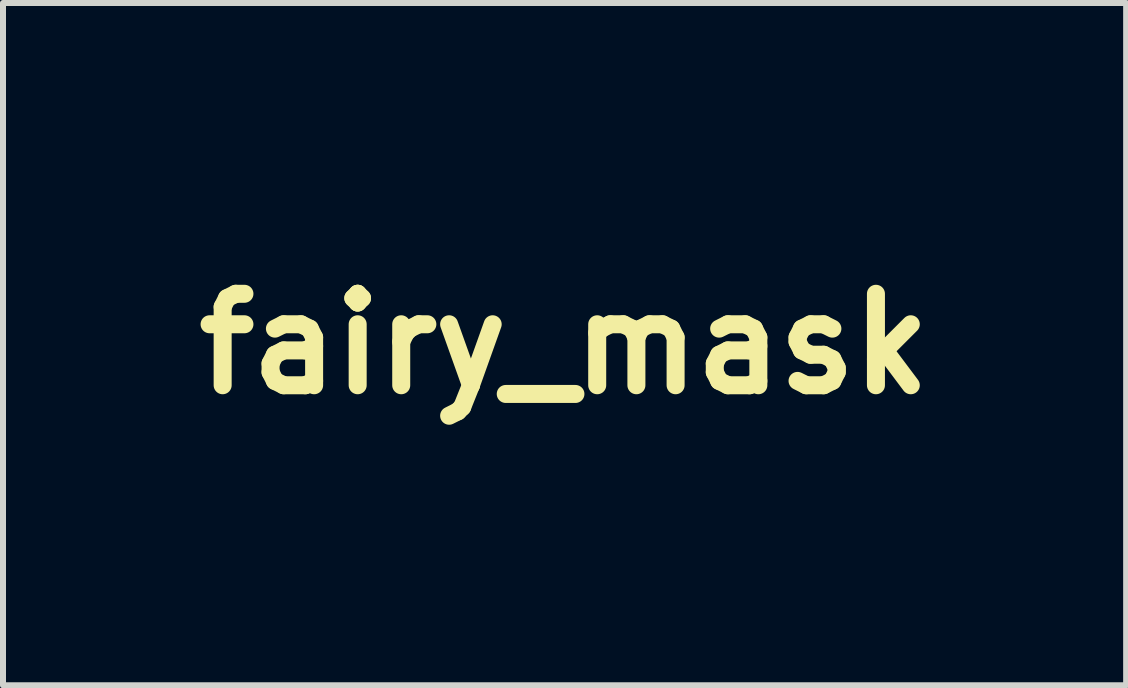
<source format=kicad_pcb>
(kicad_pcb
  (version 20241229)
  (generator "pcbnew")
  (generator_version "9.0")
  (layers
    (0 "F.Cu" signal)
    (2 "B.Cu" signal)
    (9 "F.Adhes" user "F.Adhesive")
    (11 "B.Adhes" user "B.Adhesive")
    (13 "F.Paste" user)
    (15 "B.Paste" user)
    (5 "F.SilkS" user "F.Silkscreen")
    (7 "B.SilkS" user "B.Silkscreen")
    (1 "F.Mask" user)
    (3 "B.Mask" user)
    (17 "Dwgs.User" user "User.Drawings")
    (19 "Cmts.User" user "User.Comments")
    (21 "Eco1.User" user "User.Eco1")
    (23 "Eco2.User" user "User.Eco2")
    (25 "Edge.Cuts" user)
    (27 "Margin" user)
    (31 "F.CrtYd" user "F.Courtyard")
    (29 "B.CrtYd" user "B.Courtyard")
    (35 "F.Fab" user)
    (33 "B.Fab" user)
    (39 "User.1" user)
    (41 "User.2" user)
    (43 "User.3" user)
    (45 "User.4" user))
  (footprint "fairy_mask"
    (layer "F.Cu")
    (at 3.817 2.68)
    (property "Reference" "fairy_mask" (at 2.54 0 0) (layer "F.SilkS") (effects (font (size 1.524 1.524) (thickness 0.3))))
    (attr through_hole)
    (fp_poly (pts (xy 1.475 -1.889) (xy 1.466 -1.871) (xy 1.461 -1.859) (xy 1.442 -1.825) (xy 1.412 -1.791) (xy 1.377 -1.761) (xy 1.341 -1.739) (xy 1.328 -1.734) (xy 1.308 -1.727) (xy 1.296 -1.719) (xy 1.295 -1.718) (xy 1.303 -1.711) (xy 1.321 -1.7) (xy 1.338 -1.692) (xy 1.377 -1.669) (xy 1.413 -1.637) (xy 1.442 -1.599) (xy 1.457 -1.568) (xy 1.468 -1.539) (xy 1.477 -1.528) (xy 1.485 -1.533) (xy 1.487 -1.537) (xy 1.51 -1.592) (xy 1.538 -1.633) (xy 1.577 -1.665) (xy 1.626 -1.691) (xy 1.672 -1.712) (xy 1.621 -1.735) (xy 1.568 -1.768) (xy 1.527 -1.812) (xy 1.502 -1.86) (xy 1.492 -1.882) (xy 1.484 -1.895) (xy 1.482 -1.897) (xy 1.475 -1.889)) (stroke (width 0.01) (type solid)) (fill yes) (layer "F.Mask"))
    (fp_poly (pts (xy 4.765 -2.673) (xy 4.743 -2.659) (xy 4.716 -2.635) (xy 4.683 -2.603) (xy 4.647 -2.562) (xy 4.639 -2.551) (xy 4.559 -2.446) (xy 4.481 -2.325) (xy 4.405 -2.191) (xy 4.332 -2.046) (xy 4.264 -1.891) (xy 4.201 -1.729) (xy 4.174 -1.654) (xy 4.144 -1.563) (xy 4.116 -1.474) (xy 4.09 -1.384) (xy 4.064 -1.288) (xy 4.038 -1.184) (xy 4.011 -1.069) (xy 3.991 -0.982) (xy 3.943 -0.775) (xy 3.896 -0.583) (xy 3.849 -0.408) (xy 3.802 -0.248) (xy 3.754 -0.103) (xy 3.707 0.027) (xy 3.658 0.144) (xy 3.61 0.247) (xy 3.56 0.337) (xy 3.509 0.415) (xy 3.469 0.467) (xy 3.444 0.495) (xy 3.428 0.51) (xy 3.419 0.511) (xy 3.42 0.5) (xy 3.426 0.484) (xy 3.49 0.325) (xy 3.541 0.165) (xy 3.578 0.005) (xy 3.601 -0.152) (xy 3.611 -0.306) (xy 3.607 -0.455) (xy 3.589 -0.597) (xy 3.557 -0.733) (xy 3.548 -0.762) (xy 3.53 -0.809) (xy 3.506 -0.864) (xy 3.501 -0.873) (xy 2.529 -0.873) (xy 2.528 -0.831) (xy 2.518 -0.789) (xy 2.499 -0.743) (xy 2.469 -0.692) (xy 2.428 -0.632) (xy 2.418 -0.619) (xy 2.368 -0.548) (xy 2.329 -0.484) (xy 2.299 -0.426) (xy 2.278 -0.37) (xy 2.264 -0.313) (xy 2.256 -0.251) (xy 2.254 -0.216) (xy 2.253 -0.181) (xy 2.254 -0.146) (xy 2.256 -0.109) (xy 2.259 -0.068) (xy 2.265 -0.021) (xy 2.274 0.034) (xy 2.285 0.098) (xy 2.299 0.174) (xy 2.316 0.263) (xy 2.328 0.322) (xy 2.347 0.419) (xy 2.363 0.501) (xy 2.376 0.573) (xy 2.386 0.635) (xy 2.394 0.692) (xy 2.4 0.744) (xy 2.404 0.796) (xy 2.407 0.848) (xy 2.408 0.905) (xy 2.409 0.968) (xy 2.409 1.016) (xy 2.408 1.093) (xy 2.408 1.156) (xy 2.406 1.207) (xy 2.403 1.25) (xy 2.4 1.287) (xy 2.395 1.321) (xy 2.394 1.329) (xy 2.36 1.49) (xy 2.313 1.65) (xy 2.256 1.804) (xy 2.245 1.832) (xy 2.227 1.873) (xy 2.194 1.847) (xy 2.174 1.829) (xy 2.146 1.803) (xy 2.117 1.774) (xy 2.105 1.761) (xy 1.994 1.633) (xy 1.899 1.5) (xy 1.82 1.363) (xy 1.814 1.35) (xy 1.792 1.302) (xy 1.77 1.25) (xy 1.75 1.197) (xy 1.734 1.147) (xy 1.722 1.104) (xy 1.716 1.072) (xy 1.716 1.068) (xy 1.714 1.039) (xy 1.803 1.004) (xy 1.898 0.963) (xy 1.978 0.924) (xy 2.043 0.885) (xy 2.095 0.844) (xy 2.135 0.802) (xy 2.165 0.757) (xy 2.166 0.756) (xy 2.194 0.695) (xy 2.213 0.632) (xy 2.225 0.564) (xy 2.229 0.486) (xy 2.229 0.457) (xy 2.228 0.405) (xy 2.225 0.359) (xy 2.221 0.321) (xy 2.217 0.301) (xy 2.206 0.258) (xy 2.087 0.253) (xy 2.019 0.25) (xy 1.966 0.246) (xy 1.924 0.24) (xy 1.892 0.232) (xy 1.868 0.222) (xy 1.847 0.208) (xy 1.829 0.19) (xy 1.824 0.184) (xy 1.793 0.137) (xy 1.767 0.076) (xy 1.746 0.001) (xy 1.731 -0.084) (xy 1.723 -0.179) (xy 1.722 -0.188) (xy 1.719 -0.24) (xy 1.714 -0.28) (xy 1.707 -0.315) (xy 1.696 -0.351) (xy 1.691 -0.366) (xy 1.68 -0.401) (xy 1.674 -0.428) (xy 1.675 -0.449) (xy 1.685 -0.468) (xy 1.704 -0.489) (xy 1.735 -0.514) (xy 1.759 -0.532) (xy 1.816 -0.579) (xy 1.859 -0.623) (xy 1.891 -0.668) (xy 1.912 -0.717) (xy 1.926 -0.773) (xy 1.931 -0.805) (xy 1.95 -0.907) (xy 1.977 -0.995) (xy 2.013 -1.069) (xy 2.059 -1.13) (xy 2.113 -1.176) (xy 2.152 -1.198) (xy 2.191 -1.214) (xy 2.22 -1.219) (xy 2.243 -1.213) (xy 2.261 -1.195) (xy 2.271 -1.181) (xy 2.281 -1.165) (xy 2.293 -1.151) (xy 2.309 -1.137) (xy 2.33 -1.122) (xy 2.361 -1.103) (xy 2.404 -1.078) (xy 2.413 -1.072) (xy 2.461 -1.035) (xy 2.498 -0.986) (xy 2.521 -0.929) (xy 2.523 -0.917) (xy 2.529 -0.873) (xy 3.501 -0.873) (xy 3.477 -0.923) (xy 3.446 -0.98) (xy 3.416 -1.032) (xy 3.389 -1.074) (xy 3.385 -1.079) (xy 3.293 -1.19) (xy 3.194 -1.285) (xy 3.089 -1.365) (xy 2.976 -1.431) (xy 2.854 -1.482) (xy 2.765 -1.51) (xy 2.739 -1.516) (xy 2.714 -1.521) (xy 2.687 -1.524) (xy 2.655 -1.526) (xy 2.613 -1.527) (xy 2.56 -1.528) (xy 2.523 -1.528) (xy 2.464 -1.527) (xy 2.418 -1.527) (xy 2.381 -1.525) (xy 2.352 -1.523) (xy 2.325 -1.519) (xy 2.298 -1.513) (xy 2.266 -1.505) (xy 2.252 -1.501) (xy 2.137 -1.466) (xy 2.029 -1.422) (xy 1.929 -1.37) (xy 1.839 -1.313) (xy 1.76 -1.251) (xy 1.695 -1.184) (xy 1.643 -1.115) (xy 1.625 -1.083) (xy 1.607 -1.038) (xy 1.593 -0.982) (xy 1.587 -0.946) (xy 1.576 -0.88) (xy 1.566 -0.827) (xy 1.554 -0.783) (xy 1.538 -0.745) (xy 1.518 -0.709) (xy 1.492 -0.67) (xy 1.458 -0.626) (xy 1.451 -0.617) (xy 1.406 -0.556) (xy 1.372 -0.496) (xy 1.347 -0.434) (xy 1.33 -0.366) (xy 1.319 -0.289) (xy 1.315 -0.229) (xy 1.316 -0.12) (xy 1.329 -0.004) (xy 1.352 0.115) (xy 1.384 0.233) (xy 1.425 0.344) (xy 1.473 0.446) (xy 1.474 0.448) (xy 1.486 0.472) (xy 1.494 0.49) (xy 1.496 0.497) (xy 1.488 0.493) (xy 1.473 0.479) (xy 1.451 0.457) (xy 1.426 0.429) (xy 1.399 0.4) (xy 1.374 0.37) (xy 1.352 0.343) (xy 1.337 0.322) (xy 1.336 0.32) (xy 1.279 0.224) (xy 1.228 0.118) (xy 1.184 0.001) (xy 1.145 -0.129) (xy 1.112 -0.273) (xy 1.084 -0.432) (xy 1.08 -0.46) (xy 1.076 -0.492) (xy 1.07 -0.538) (xy 1.064 -0.594) (xy 1.057 -0.659) (xy 1.05 -0.728) (xy 1.043 -0.799) (xy 1.041 -0.824) (xy 1.027 -0.97) (xy 1.013 -1.102) (xy 0.999 -1.222) (xy 0.984 -1.333) (xy 0.981 -1.35) (xy 0.821 -1.35) (xy 0.816 -1.339) (xy 0.812 -1.338) (xy 0.8 -1.334) (xy 0.778 -1.325) (xy 0.75 -1.312) (xy 0.748 -1.311) (xy 0.69 -1.275) (xy 0.644 -1.228) (xy 0.608 -1.17) (xy 0.59 -1.124) (xy 0.583 -1.112) (xy 0.576 -1.112) (xy 0.566 -1.126) (xy 0.552 -1.154) (xy 0.546 -1.166) (xy 0.513 -1.226) (xy 0.469 -1.276) (xy 0.417 -1.314) (xy 0.381 -1.33) (xy 0.353 -1.342) (xy 0.339 -1.352) (xy 0.342 -1.361) (xy 0.36 -1.372) (xy 0.391 -1.384) (xy 0.431 -1.405) (xy 0.472 -1.436) (xy 0.51 -1.474) (xy 0.54 -1.515) (xy 0.555 -1.545) (xy 0.565 -1.57) (xy 0.573 -1.589) (xy 0.576 -1.595) (xy 0.583 -1.591) (xy 0.593 -1.575) (xy 0.607 -1.55) (xy 0.612 -1.54) (xy 0.631 -1.504) (xy 0.654 -1.469) (xy 0.676 -1.442) (xy 0.677 -1.441) (xy 0.702 -1.419) (xy 0.733 -1.398) (xy 0.765 -1.379) (xy 0.793 -1.367) (xy 0.811 -1.363) (xy 0.82 -1.356) (xy 0.821 -1.35) (xy 0.981 -1.35) (xy 0.968 -1.437) (xy 0.95 -1.537) (xy 0.931 -1.635) (xy 0.909 -1.734) (xy 0.885 -1.836) (xy 0.879 -1.858) (xy 0.846 -1.983) (xy 0.809 -2.105) (xy 0.769 -2.222) (xy 0.727 -2.332) (xy 0.684 -2.432) (xy 0.641 -2.52) (xy 0.598 -2.595) (xy 0.584 -2.617) (xy 0.564 -2.646) (xy 0.549 -2.665) (xy 0.537 -2.673) (xy 0.527 -2.669) (xy 0.518 -2.652) (xy 0.506 -2.621) (xy 0.492 -2.575) (xy 0.488 -2.564) (xy 0.397 -2.262) (xy 0.317 -1.973) (xy 0.247 -1.698) (xy 0.189 -1.434) (xy 0.141 -1.184) (xy 0.104 -0.946) (xy 0.079 -0.721) (xy 0.064 -0.508) (xy 0.059 -0.329) (xy 0.065 -0.142) (xy 0.081 0.032) (xy 0.107 0.192) (xy 0.144 0.34) (xy 0.192 0.475) (xy 0.251 0.597) (xy 0.321 0.706) (xy 0.401 0.803) (xy 0.493 0.887) (xy 0.595 0.958) (xy 0.679 1.003) (xy 0.737 1.028) (xy 0.803 1.051) (xy 0.872 1.072) (xy 0.941 1.09) (xy 1.006 1.102) (xy 1.06 1.109) (xy 1.078 1.109) (xy 1.091 1.11) (xy 1.094 1.113) (xy 1.085 1.12) (xy 1.063 1.132) (xy 1.054 1.137) (xy 0.966 1.192) (xy 0.892 1.255) (xy 0.832 1.325) (xy 0.786 1.405) (xy 0.759 1.473) (xy 0.732 1.577) (xy 0.723 1.678) (xy 0.729 1.776) (xy 0.752 1.87) (xy 0.791 1.959) (xy 0.845 2.043) (xy 0.894 2.099) (xy 0.924 2.129) (xy 0.945 2.149) (xy 0.959 2.161) (xy 0.971 2.165) (xy 0.982 2.165) (xy 0.987 2.164) (xy 1.013 2.151) (xy 1.046 2.123) (xy 1.084 2.082) (xy 1.129 2.027) (xy 1.178 1.96) (xy 1.232 1.882) (xy 1.289 1.792) (xy 1.351 1.692) (xy 1.415 1.583) (xy 1.417 1.579) (xy 1.434 1.55) (xy 1.447 1.529) (xy 1.455 1.518) (xy 1.456 1.517) (xy 1.455 1.527) (xy 1.452 1.551) (xy 1.448 1.586) (xy 1.443 1.628) (xy 1.439 1.657) (xy 1.422 1.773) (xy 1.404 1.878) (xy 1.382 1.975) (xy 1.355 2.07) (xy 1.333 2.141) (xy 1.318 2.186) (xy 1.306 2.227) (xy 1.297 2.259) (xy 1.292 2.281) (xy 1.292 2.288) (xy 1.304 2.292) (xy 1.332 2.294) (xy 1.376 2.293) (xy 1.405 2.292) (xy 1.519 2.28) (xy 1.641 2.252) (xy 1.771 2.21) (xy 1.908 2.152) (xy 2.053 2.08) (xy 2.115 2.046) (xy 2.14 2.032) (xy 2.159 2.024) (xy 2.167 2.022) (xy 2.167 2.023) (xy 2.163 2.035) (xy 2.148 2.06) (xy 2.124 2.099) (xy 2.091 2.152) (xy 2.048 2.218) (xy 1.997 2.297) (xy 1.939 2.383) (xy 1.888 2.461) (xy 1.846 2.526) (xy 1.812 2.579) (xy 1.787 2.62) (xy 1.77 2.65) (xy 1.76 2.67) (xy 1.758 2.681) (xy 1.76 2.684) (xy 1.771 2.68) (xy 1.793 2.67) (xy 1.822 2.657) (xy 1.831 2.651) (xy 1.901 2.61) (xy 1.977 2.555) (xy 2.056 2.489) (xy 2.136 2.413) (xy 2.215 2.33) (xy 2.292 2.243) (xy 2.363 2.151) (xy 2.39 2.115) (xy 2.442 2.041) (xy 2.498 2.095) (xy 2.572 2.156) (xy 2.659 2.215) (xy 2.757 2.27) (xy 2.863 2.319) (xy 2.974 2.362) (xy 3.087 2.397) (xy 3.172 2.417) (xy 3.217 2.425) (xy 3.248 2.428) (xy 3.269 2.425) (xy 3.283 2.417) (xy 3.291 2.404) (xy 3.296 2.389) (xy 3.303 2.36) (xy 3.311 2.321) (xy 3.32 2.273) (xy 3.33 2.221) (xy 3.332 2.21) (xy 3.342 2.15) (xy 3.354 2.088) (xy 3.366 2.029) (xy 3.378 1.977) (xy 3.386 1.94) (xy 3.399 1.893) (xy 3.414 1.841) (xy 3.431 1.787) (xy 3.448 1.735) (xy 3.465 1.688) (xy 3.479 1.65) (xy 3.49 1.623) (xy 3.493 1.618) (xy 3.506 1.596) (xy 3.501 1.621) (xy 3.484 1.75) (xy 3.48 1.877) (xy 3.488 2) (xy 3.508 2.116) (xy 3.54 2.224) (xy 3.58 2.315) (xy 3.602 2.353) (xy 3.627 2.388) (xy 3.652 2.418) (xy 3.675 2.438) (xy 3.693 2.447) (xy 3.695 2.447) (xy 3.72 2.444) (xy 3.756 2.435) (xy 3.799 2.423) (xy 3.844 2.408) (xy 3.887 2.392) (xy 3.919 2.379) (xy 4.014 2.326) (xy 4.099 2.262) (xy 4.17 2.188) (xy 4.228 2.105) (xy 4.244 2.076) (xy 4.27 2.024) (xy 4.289 1.979) (xy 4.301 1.937) (xy 4.309 1.894) (xy 4.312 1.843) (xy 4.314 1.781) (xy 4.314 1.778) (xy 4.313 1.729) (xy 4.312 1.692) (xy 4.31 1.664) (xy 4.306 1.639) (xy 4.299 1.615) (xy 4.289 1.586) (xy 4.287 1.582) (xy 4.256 1.51) (xy 4.213 1.438) (xy 4.164 1.37) (xy 4.113 1.316) (xy 4.077 1.285) (xy 4.035 1.254) (xy 3.993 1.224) (xy 3.952 1.199) (xy 3.918 1.181) (xy 3.905 1.176) (xy 3.887 1.169) (xy 3.878 1.162) (xy 3.878 1.161) (xy 3.885 1.157) (xy 3.906 1.151) (xy 3.936 1.143) (xy 3.95 1.14) (xy 3.991 1.131) (xy 4.04 1.118) (xy 4.089 1.104) (xy 4.111 1.096) (xy 4.249 1.043) (xy 4.298 1.018) (xy 3.253 1.018) (xy 3.249 1.095) (xy 3.24 1.172) (xy 3.221 1.243) (xy 3.188 1.314) (xy 3.173 1.342) (xy 3.144 1.384) (xy 3.103 1.433) (xy 3.055 1.485) (xy 3.001 1.536) (xy 2.944 1.586) (xy 2.888 1.629) (xy 2.862 1.648) (xy 2.82 1.675) (xy 2.774 1.704) (xy 2.725 1.733) (xy 2.677 1.76) (xy 2.633 1.784) (xy 2.596 1.804) (xy 2.568 1.816) (xy 2.559 1.82) (xy 2.561 1.813) (xy 2.57 1.795) (xy 2.582 1.77) (xy 2.583 1.769) (xy 2.609 1.713) (xy 2.635 1.649) (xy 2.66 1.583) (xy 2.68 1.521) (xy 2.692 1.479) (xy 2.705 1.423) (xy 2.715 1.372) (xy 2.722 1.323) (xy 2.726 1.271) (xy 2.729 1.212) (xy 2.73 1.143) (xy 2.73 1.105) (xy 2.73 1.051) (xy 2.729 1.003) (xy 2.727 0.959) (xy 2.723 0.917) (xy 2.718 0.874) (xy 2.711 0.828) (xy 2.701 0.776) (xy 2.688 0.718) (xy 2.672 0.65) (xy 2.653 0.57) (xy 2.63 0.475) (xy 2.629 0.474) (xy 2.613 0.407) (xy 2.597 0.34) (xy 2.582 0.278) (xy 2.569 0.222) (xy 2.559 0.176) (xy 2.553 0.144) (xy 2.552 0.14) (xy 2.543 0.077) (xy 2.538 0.008) (xy 2.537 -0.062) (xy 2.538 -0.129) (xy 2.544 -0.188) (xy 2.552 -0.233) (xy 2.578 -0.313) (xy 2.615 -0.39) (xy 2.659 -0.461) (xy 2.709 -0.522) (xy 2.759 -0.567) (xy 2.785 -0.584) (xy 2.821 -0.603) (xy 2.862 -0.622) (xy 2.883 -0.631) (xy 2.939 -0.656) (xy 2.98 -0.681) (xy 3.003 -0.699) (xy 3.023 -0.717) (xy 3.036 -0.724) (xy 3.044 -0.719) (xy 3.049 -0.7) (xy 3.053 -0.667) (xy 3.054 -0.661) (xy 3.053 -0.597) (xy 3.041 -0.534) (xy 3.017 -0.474) (xy 2.983 -0.422) (xy 2.942 -0.378) (xy 2.895 -0.347) (xy 2.872 -0.338) (xy 2.803 -0.308) (xy 2.744 -0.266) (xy 2.697 -0.213) (xy 2.67 -0.167) (xy 2.66 -0.144) (xy 2.653 -0.123) (xy 2.649 -0.102) (xy 2.647 -0.075) (xy 2.646 -0.038) (xy 2.646 -0.008) (xy 2.651 0.1) (xy 2.665 0.21) (xy 2.686 0.319) (xy 2.715 0.426) (xy 2.749 0.528) (xy 2.79 0.623) (xy 2.835 0.708) (xy 2.883 0.783) (xy 2.935 0.844) (xy 2.967 0.873) (xy 3.011 0.905) (xy 3.065 0.937) (xy 3.123 0.968) (xy 3.179 0.993) (xy 3.208 1.003) (xy 3.253 1.018) (xy 4.298 1.018) (xy 4.376 0.978) (xy 4.491 0.9) (xy 4.594 0.809) (xy 4.687 0.706) (xy 4.767 0.591) (xy 4.837 0.463) (xy 4.895 0.323) (xy 4.941 0.17) (xy 4.965 0.066) (xy 4.979 -0.004) (xy 4.99 -0.069) (xy 4.999 -0.131) (xy 5.005 -0.194) (xy 5.01 -0.261) (xy 5.013 -0.335) (xy 5.015 -0.418) (xy 5.016 -0.515) (xy 5.016 -0.546) (xy 5.016 -0.624) (xy 5.015 -0.697) (xy 5.013 -0.768) (xy 5.011 -0.837) (xy 5.007 -0.906) (xy 5.003 -0.976) (xy 4.997 -1.05) (xy 4.989 -1.127) (xy 4.98 -1.211) (xy 4.969 -1.302) (xy 4.956 -1.401) (xy 4.941 -1.511) (xy 4.924 -1.632) (xy 4.905 -1.767) (xy 4.883 -1.916) (xy 4.872 -1.985) (xy 4.859 -2.076) (xy 4.846 -2.165) (xy 4.834 -2.253) (xy 4.822 -2.338) (xy 4.812 -2.416) (xy 4.803 -2.488) (xy 4.795 -2.55) (xy 4.789 -2.601) (xy 4.785 -2.639) (xy 4.784 -2.662) (xy 4.784 -2.665) (xy 4.779 -2.675) (xy 4.765 -2.673)) (stroke (width 0.01) (type solid)) (fill yes) (layer "F.Mask")))
  (gr_rect
    (start -3 -3)
    (end 15.715 8.369)
    (stroke (width 0.1) (type default))
    (fill no)
    (layer "Edge.Cuts")))
</source>
